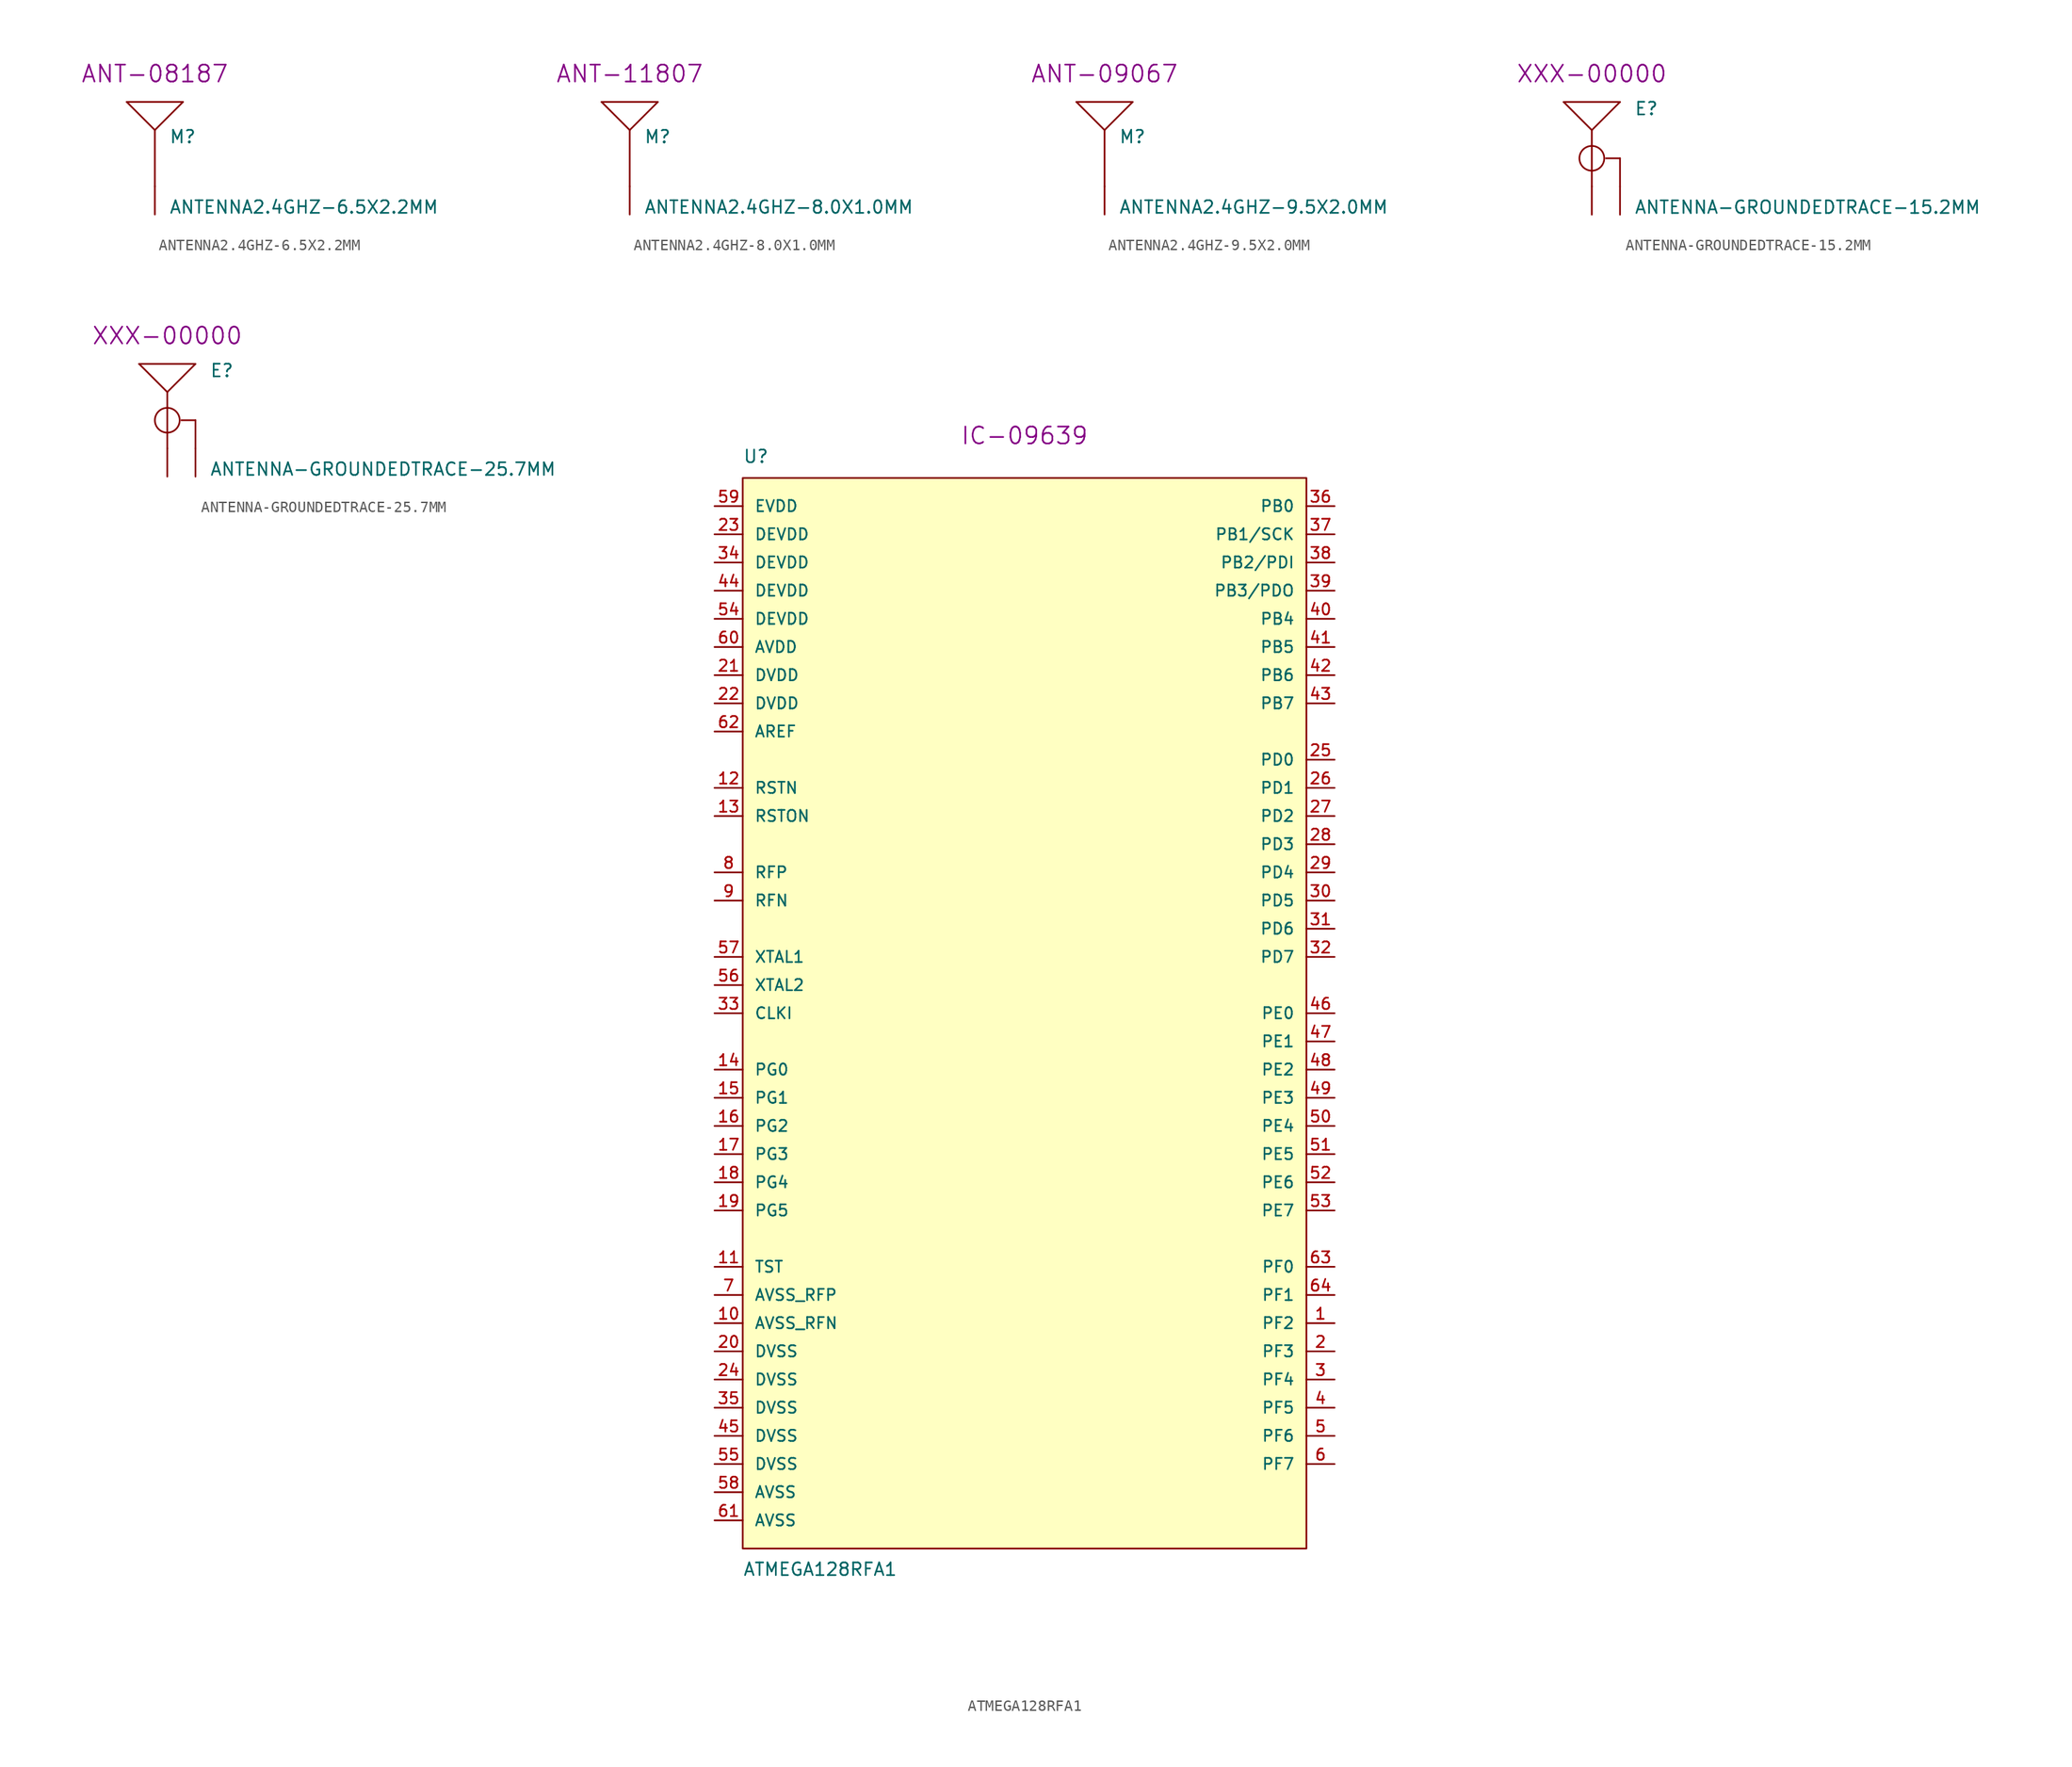
<source format=kicad_sym>
(kicad_symbol_lib
  (version 20220914)
  (generator kicad_symbol_editor)
  (symbol "ANTENNA2.4GHZ-6.5X2.2MM"
    (pin_numbers hide)
    (pin_names
      (offset 1.016) hide)
    (property "Reference" "M"
      (at 1.27 1.27 0)
      (effects (font (size 1.143 1.143)) (justify left bottom)))
    (property "Value" "ANTENNA2.4GHZ-6.5X2.2MM"
      (at 1.27 -5.08 0)
      (effects (font (size 1.143 1.143)) (justify left bottom)))
    (property "Field4" "ANT-08187"
      (at 0 7.62 0)
      (effects (font (size 1.524 1.524))))
    (property "ki_locked" ""
      (at 0 0 0)
      (effects (font (size 1.27 1.27))))
    (symbol "ANTENNA2.4GHZ-6.5X2.2MM_1_0"
      (polyline (pts (xy -2.54 5.08) (xy 2.54 5.08)) (stroke (width 0) (type solid)) (fill (type none)))
      (polyline (pts (xy 0 2.54) (xy -2.54 5.08)) (stroke (width 0) (type solid)) (fill (type none)))
      (polyline (pts (xy 0 2.54) (xy 0 -2.54)) (stroke (width 0) (type solid)) (fill (type none)))
      (polyline (pts (xy 0 2.54) (xy 2.54 5.08)) (stroke (width 0) (type solid)) (fill (type none))))
    (symbol "ANTENNA2.4GHZ-6.5X2.2MM_1_1"
      (pin bidirectional line (at 0 -5.08 90) (length 2.54) (name "SIGNAL" (effects (font (size 1.016 1.016)))) (number "FEED" (effects (font (size 1.016 1.016)))))))
  (symbol "ANTENNA2.4GHZ-8.0X1.0MM"
    (pin_numbers hide)
    (pin_names
      (offset 1.016) hide)
    (property "Reference" "M"
      (at 1.27 1.27 0)
      (effects (font (size 1.143 1.143)) (justify left bottom)))
    (property "Value" "ANTENNA2.4GHZ-8.0X1.0MM"
      (at 1.27 -5.08 0)
      (effects (font (size 1.143 1.143)) (justify left bottom)))
    (property "Field4" "ANT-11807"
      (at 0 7.62 0)
      (effects (font (size 1.524 1.524))))
    (property "ki_locked" ""
      (at 0 0 0)
      (effects (font (size 1.27 1.27))))
    (symbol "ANTENNA2.4GHZ-8.0X1.0MM_1_0"
      (polyline (pts (xy -2.54 5.08) (xy 2.54 5.08)) (stroke (width 0) (type solid)) (fill (type none)))
      (polyline (pts (xy 0 2.54) (xy -2.54 5.08)) (stroke (width 0) (type solid)) (fill (type none)))
      (polyline (pts (xy 0 2.54) (xy 0 -2.54)) (stroke (width 0) (type solid)) (fill (type none)))
      (polyline (pts (xy 0 2.54) (xy 2.54 5.08)) (stroke (width 0) (type solid)) (fill (type none))))
    (symbol "ANTENNA2.4GHZ-8.0X1.0MM_1_1"
      (pin bidirectional line (at 0 -5.08 90) (length 2.54) (name "SIGNAL" (effects (font (size 1.016 1.016)))) (number "FEED" (effects (font (size 1.016 1.016)))))))
  (symbol "ANTENNA2.4GHZ-9.5X2.0MM"
    (pin_numbers hide)
    (pin_names
      (offset 1.016) hide)
    (property "Reference" "M"
      (at 1.27 1.27 0)
      (effects (font (size 1.143 1.143)) (justify left bottom)))
    (property "Value" "ANTENNA2.4GHZ-9.5X2.0MM"
      (at 1.27 -5.08 0)
      (effects (font (size 1.143 1.143)) (justify left bottom)))
    (property "Field4" "ANT-09067"
      (at 0 7.62 0)
      (effects (font (size 1.524 1.524))))
    (property "ki_locked" ""
      (at 0 0 0)
      (effects (font (size 1.27 1.27))))
    (symbol "ANTENNA2.4GHZ-9.5X2.0MM_1_0"
      (polyline (pts (xy -2.54 5.08) (xy 2.54 5.08)) (stroke (width 0) (type solid)) (fill (type none)))
      (polyline (pts (xy 0 2.54) (xy -2.54 5.08)) (stroke (width 0) (type solid)) (fill (type none)))
      (polyline (pts (xy 0 2.54) (xy 0 -2.54)) (stroke (width 0) (type solid)) (fill (type none)))
      (polyline (pts (xy 0 2.54) (xy 2.54 5.08)) (stroke (width 0) (type solid)) (fill (type none))))
    (symbol "ANTENNA2.4GHZ-9.5X2.0MM_1_1"
      (pin bidirectional line (at 0 -5.08 90) (length 2.54) (name "SIGNAL" (effects (font (size 1.016 1.016)))) (number "FEED" (effects (font (size 1.016 1.016)))))))
  (symbol "ANTENNA-GROUNDEDTRACE-15.2MM"
    (pin_numbers hide)
    (pin_names
      (offset 1.016) hide)
    (property "Reference" "E"
      (at 3.81 -1.27 0)
      (effects (font (size 1.143 1.143)) (justify left bottom)))
    (property "Value" "ANTENNA-GROUNDEDTRACE-15.2MM"
      (at 3.81 -10.16 0)
      (effects (font (size 1.143 1.143)) (justify left bottom)))
    (property "Field4" "XXX-00000"
      (at 0 2.54 0)
      (effects (font (size 1.524 1.524))))
    (property "ki_locked" ""
      (at 0 0 0)
      (effects (font (size 1.27 1.27))))
    (symbol "ANTENNA-GROUNDEDTRACE-15.2MM_1_0"
      (polyline (pts (xy -2.54 0) (xy 2.54 0)) (stroke (width 0) (type solid)) (fill (type none)))
      (polyline (pts (xy 0 -2.54) (xy -2.54 0)) (stroke (width 0) (type solid)) (fill (type none)))
      (polyline (pts (xy 0 -2.54) (xy 0 -7.62)) (stroke (width 0) (type solid)) (fill (type none)))
      (polyline (pts (xy 0 -2.54) (xy 2.54 0)) (stroke (width 0) (type solid)) (fill (type none)))
      (polyline (pts (xy 1.27 -5.08) (xy 2.54 -5.08)) (stroke (width 0) (type solid)) (fill (type none)))
      (polyline (pts (xy 2.54 -5.08) (xy 2.54 -7.62)) (stroke (width 0) (type solid)) (fill (type none))))
    (symbol "ANTENNA-GROUNDEDTRACE-15.2MM_1_1"
      (circle (center 0 -5.08) (radius 1.118) (stroke (width 0) (type solid)) (fill (type none)))
      (pin bidirectional line (at 0 -10.16 90) (length 2.54) (name "SIGNAL" (effects (font (size 1.016 1.016)))) (number "ANT" (effects (font (size 1.016 1.016)))))
      (pin bidirectional line (at 2.54 -10.16 90) (length 2.54) (name "GND" (effects (font (size 1.016 1.016)))) (number "GND" (effects (font (size 1.016 1.016)))))))
  (symbol "ANTENNA-GROUNDEDTRACE-25.7MM"
    (pin_numbers hide)
    (pin_names
      (offset 1.016) hide)
    (property "Reference" "E"
      (at 3.81 -1.27 0)
      (effects (font (size 1.143 1.143)) (justify left bottom)))
    (property "Value" "ANTENNA-GROUNDEDTRACE-25.7MM"
      (at 3.81 -10.16 0)
      (effects (font (size 1.143 1.143)) (justify left bottom)))
    (property "Field4" "XXX-00000"
      (at 0 2.54 0)
      (effects (font (size 1.524 1.524))))
    (property "ki_locked" ""
      (at 0 0 0)
      (effects (font (size 1.27 1.27))))
    (symbol "ANTENNA-GROUNDEDTRACE-25.7MM_1_0"
      (polyline (pts (xy -2.54 0) (xy 2.54 0)) (stroke (width 0) (type solid)) (fill (type none)))
      (polyline (pts (xy 0 -2.54) (xy -2.54 0)) (stroke (width 0) (type solid)) (fill (type none)))
      (polyline (pts (xy 0 -2.54) (xy 0 -7.62)) (stroke (width 0) (type solid)) (fill (type none)))
      (polyline (pts (xy 0 -2.54) (xy 2.54 0)) (stroke (width 0) (type solid)) (fill (type none)))
      (polyline (pts (xy 1.27 -5.08) (xy 2.54 -5.08)) (stroke (width 0) (type solid)) (fill (type none)))
      (polyline (pts (xy 2.54 -5.08) (xy 2.54 -7.62)) (stroke (width 0) (type solid)) (fill (type none))))
    (symbol "ANTENNA-GROUNDEDTRACE-25.7MM_1_1"
      (circle (center 0 -5.08) (radius 1.118) (stroke (width 0) (type solid)) (fill (type none)))
      (pin bidirectional line (at 0 -10.16 90) (length 2.54) (name "SIGNAL" (effects (font (size 1.016 1.016)))) (number "ANT" (effects (font (size 1.016 1.016)))))
      (pin bidirectional line (at 2.54 -10.16 90) (length 2.54) (name "GND" (effects (font (size 1.016 1.016)))) (number "GND" (effects (font (size 1.016 1.016)))))
      (pin bidirectional line (at 2.54 -10.16 90) (length 2.54) hide (name "GND" (effects (font (size 1.016 1.016)))) (number "GND2" (effects (font (size 1.016 1.016)))))))
  (symbol "ATMEGA128RFA1"
    (pin_names
      (offset 1.016))
    (property "Reference" "U"
      (at -25.4 44.45 0)
      (effects (font (size 1.143 1.143)) (justify left bottom)))
    (property "Value" "ATMEGA128RFA1"
      (at -25.4 -55.88 0)
      (effects (font (size 1.143 1.143)) (justify left bottom)))
    (property "Field4" "IC-09639"
      (at 0 46.99 0)
      (effects (font (size 1.524 1.524))))
    (property "ki_locked" ""
      (at 0 0 0)
      (effects (font (size 1.27 1.27))))
    (symbol "ATMEGA128RFA1_1_1"
      (polyline (pts (xy -25.4 -53.34) (xy -25.4 43.18) (xy 25.4 43.18) (xy 25.4 -53.34) (xy -25.4 -53.34)) (stroke (width 0) (type solid)) (fill (type background)))
      (pin bidirectional line (at 27.94 -33.02 180) (length 2.54) (name "PF2" (effects (font (size 1.016 1.016)))) (number "1" (effects (font (size 1.016 1.016)))))
      (pin bidirectional line (at -27.94 -33.02 0) (length 2.54) (name "AVSS_RFN" (effects (font (size 1.016 1.016)))) (number "10" (effects (font (size 1.016 1.016)))))
      (pin bidirectional line (at -27.94 -27.94 0) (length 2.54) (name "TST" (effects (font (size 1.016 1.016)))) (number "11" (effects (font (size 1.016 1.016)))))
      (pin bidirectional line (at -27.94 15.24 0) (length 2.54) (name "RSTN" (effects (font (size 1.016 1.016)))) (number "12" (effects (font (size 1.016 1.016)))))
      (pin bidirectional line (at -27.94 12.7 0) (length 2.54) (name "RSTON" (effects (font (size 1.016 1.016)))) (number "13" (effects (font (size 1.016 1.016)))))
      (pin bidirectional line (at -27.94 -10.16 0) (length 2.54) (name "PG0" (effects (font (size 1.016 1.016)))) (number "14" (effects (font (size 1.016 1.016)))))
      (pin bidirectional line (at -27.94 -12.7 0) (length 2.54) (name "PG1" (effects (font (size 1.016 1.016)))) (number "15" (effects (font (size 1.016 1.016)))))
      (pin bidirectional line (at -27.94 -15.24 0) (length 2.54) (name "PG2" (effects (font (size 1.016 1.016)))) (number "16" (effects (font (size 1.016 1.016)))))
      (pin bidirectional line (at -27.94 -17.78 0) (length 2.54) (name "PG3" (effects (font (size 1.016 1.016)))) (number "17" (effects (font (size 1.016 1.016)))))
      (pin bidirectional line (at -27.94 -20.32 0) (length 2.54) (name "PG4" (effects (font (size 1.016 1.016)))) (number "18" (effects (font (size 1.016 1.016)))))
      (pin bidirectional line (at -27.94 -22.86 0) (length 2.54) (name "PG5" (effects (font (size 1.016 1.016)))) (number "19" (effects (font (size 1.016 1.016)))))
      (pin bidirectional line (at 27.94 -35.56 180) (length 2.54) (name "PF3" (effects (font (size 1.016 1.016)))) (number "2" (effects (font (size 1.016 1.016)))))
      (pin bidirectional line (at -27.94 -35.56 0) (length 2.54) (name "DVSS" (effects (font (size 1.016 1.016)))) (number "20" (effects (font (size 1.016 1.016)))))
      (pin bidirectional line (at -27.94 25.4 0) (length 2.54) (name "DVDD" (effects (font (size 1.016 1.016)))) (number "21" (effects (font (size 1.016 1.016)))))
      (pin bidirectional line (at -27.94 22.86 0) (length 2.54) (name "DVDD" (effects (font (size 1.016 1.016)))) (number "22" (effects (font (size 1.016 1.016)))))
      (pin bidirectional line (at -27.94 38.1 0) (length 2.54) (name "DEVDD" (effects (font (size 1.016 1.016)))) (number "23" (effects (font (size 1.016 1.016)))))
      (pin bidirectional line (at -27.94 -38.1 0) (length 2.54) (name "DVSS" (effects (font (size 1.016 1.016)))) (number "24" (effects (font (size 1.016 1.016)))))
      (pin bidirectional line (at 27.94 17.78 180) (length 2.54) (name "PD0" (effects (font (size 1.016 1.016)))) (number "25" (effects (font (size 1.016 1.016)))))
      (pin bidirectional line (at 27.94 15.24 180) (length 2.54) (name "PD1" (effects (font (size 1.016 1.016)))) (number "26" (effects (font (size 1.016 1.016)))))
      (pin bidirectional line (at 27.94 12.7 180) (length 2.54) (name "PD2" (effects (font (size 1.016 1.016)))) (number "27" (effects (font (size 1.016 1.016)))))
      (pin bidirectional line (at 27.94 10.16 180) (length 2.54) (name "PD3" (effects (font (size 1.016 1.016)))) (number "28" (effects (font (size 1.016 1.016)))))
      (pin bidirectional line (at 27.94 7.62 180) (length 2.54) (name "PD4" (effects (font (size 1.016 1.016)))) (number "29" (effects (font (size 1.016 1.016)))))
      (pin bidirectional line (at 27.94 -38.1 180) (length 2.54) (name "PF4" (effects (font (size 1.016 1.016)))) (number "3" (effects (font (size 1.016 1.016)))))
      (pin bidirectional line (at 27.94 5.08 180) (length 2.54) (name "PD5" (effects (font (size 1.016 1.016)))) (number "30" (effects (font (size 1.016 1.016)))))
      (pin bidirectional line (at 27.94 2.54 180) (length 2.54) (name "PD6" (effects (font (size 1.016 1.016)))) (number "31" (effects (font (size 1.016 1.016)))))
      (pin bidirectional line (at 27.94 0 180) (length 2.54) (name "PD7" (effects (font (size 1.016 1.016)))) (number "32" (effects (font (size 1.016 1.016)))))
      (pin bidirectional line (at -27.94 -5.08 0) (length 2.54) (name "CLKI" (effects (font (size 1.016 1.016)))) (number "33" (effects (font (size 1.016 1.016)))))
      (pin bidirectional line (at -27.94 35.56 0) (length 2.54) (name "DEVDD" (effects (font (size 1.016 1.016)))) (number "34" (effects (font (size 1.016 1.016)))))
      (pin bidirectional line (at -27.94 -40.64 0) (length 2.54) (name "DVSS" (effects (font (size 1.016 1.016)))) (number "35" (effects (font (size 1.016 1.016)))))
      (pin bidirectional line (at 27.94 40.64 180) (length 2.54) (name "PB0" (effects (font (size 1.016 1.016)))) (number "36" (effects (font (size 1.016 1.016)))))
      (pin bidirectional line (at 27.94 38.1 180) (length 2.54) (name "PB1/SCK" (effects (font (size 1.016 1.016)))) (number "37" (effects (font (size 1.016 1.016)))))
      (pin bidirectional line (at 27.94 35.56 180) (length 2.54) (name "PB2/PDI" (effects (font (size 1.016 1.016)))) (number "38" (effects (font (size 1.016 1.016)))))
      (pin bidirectional line (at 27.94 33.02 180) (length 2.54) (name "PB3/PDO" (effects (font (size 1.016 1.016)))) (number "39" (effects (font (size 1.016 1.016)))))
      (pin bidirectional line (at 27.94 -40.64 180) (length 2.54) (name "PF5" (effects (font (size 1.016 1.016)))) (number "4" (effects (font (size 1.016 1.016)))))
      (pin bidirectional line (at 27.94 30.48 180) (length 2.54) (name "PB4" (effects (font (size 1.016 1.016)))) (number "40" (effects (font (size 1.016 1.016)))))
      (pin bidirectional line (at 27.94 27.94 180) (length 2.54) (name "PB5" (effects (font (size 1.016 1.016)))) (number "41" (effects (font (size 1.016 1.016)))))
      (pin bidirectional line (at 27.94 25.4 180) (length 2.54) (name "PB6" (effects (font (size 1.016 1.016)))) (number "42" (effects (font (size 1.016 1.016)))))
      (pin bidirectional line (at 27.94 22.86 180) (length 2.54) (name "PB7" (effects (font (size 1.016 1.016)))) (number "43" (effects (font (size 1.016 1.016)))))
      (pin bidirectional line (at -27.94 33.02 0) (length 2.54) (name "DEVDD" (effects (font (size 1.016 1.016)))) (number "44" (effects (font (size 1.016 1.016)))))
      (pin bidirectional line (at -27.94 -43.18 0) (length 2.54) (name "DVSS" (effects (font (size 1.016 1.016)))) (number "45" (effects (font (size 1.016 1.016)))))
      (pin bidirectional line (at 27.94 -5.08 180) (length 2.54) (name "PE0" (effects (font (size 1.016 1.016)))) (number "46" (effects (font (size 1.016 1.016)))))
      (pin bidirectional line (at 27.94 -7.62 180) (length 2.54) (name "PE1" (effects (font (size 1.016 1.016)))) (number "47" (effects (font (size 1.016 1.016)))))
      (pin bidirectional line (at 27.94 -10.16 180) (length 2.54) (name "PE2" (effects (font (size 1.016 1.016)))) (number "48" (effects (font (size 1.016 1.016)))))
      (pin bidirectional line (at 27.94 -12.7 180) (length 2.54) (name "PE3" (effects (font (size 1.016 1.016)))) (number "49" (effects (font (size 1.016 1.016)))))
      (pin bidirectional line (at 27.94 -43.18 180) (length 2.54) (name "PF6" (effects (font (size 1.016 1.016)))) (number "5" (effects (font (size 1.016 1.016)))))
      (pin bidirectional line (at 27.94 -15.24 180) (length 2.54) (name "PE4" (effects (font (size 1.016 1.016)))) (number "50" (effects (font (size 1.016 1.016)))))
      (pin bidirectional line (at 27.94 -17.78 180) (length 2.54) (name "PE5" (effects (font (size 1.016 1.016)))) (number "51" (effects (font (size 1.016 1.016)))))
      (pin bidirectional line (at 27.94 -20.32 180) (length 2.54) (name "PE6" (effects (font (size 1.016 1.016)))) (number "52" (effects (font (size 1.016 1.016)))))
      (pin bidirectional line (at 27.94 -22.86 180) (length 2.54) (name "PE7" (effects (font (size 1.016 1.016)))) (number "53" (effects (font (size 1.016 1.016)))))
      (pin bidirectional line (at -27.94 30.48 0) (length 2.54) (name "DEVDD" (effects (font (size 1.016 1.016)))) (number "54" (effects (font (size 1.016 1.016)))))
      (pin bidirectional line (at -27.94 -45.72 0) (length 2.54) (name "DVSS" (effects (font (size 1.016 1.016)))) (number "55" (effects (font (size 1.016 1.016)))))
      (pin bidirectional line (at -27.94 -2.54 0) (length 2.54) (name "XTAL2" (effects (font (size 1.016 1.016)))) (number "56" (effects (font (size 1.016 1.016)))))
      (pin bidirectional line (at -27.94 0 0) (length 2.54) (name "XTAL1" (effects (font (size 1.016 1.016)))) (number "57" (effects (font (size 1.016 1.016)))))
      (pin bidirectional line (at -27.94 -48.26 0) (length 2.54) (name "AVSS" (effects (font (size 1.016 1.016)))) (number "58" (effects (font (size 1.016 1.016)))))
      (pin bidirectional line (at -27.94 40.64 0) (length 2.54) (name "EVDD" (effects (font (size 1.016 1.016)))) (number "59" (effects (font (size 1.016 1.016)))))
      (pin bidirectional line (at 27.94 -45.72 180) (length 2.54) (name "PF7" (effects (font (size 1.016 1.016)))) (number "6" (effects (font (size 1.016 1.016)))))
      (pin bidirectional line (at -27.94 27.94 0) (length 2.54) (name "AVDD" (effects (font (size 1.016 1.016)))) (number "60" (effects (font (size 1.016 1.016)))))
      (pin bidirectional line (at -27.94 -50.8 0) (length 2.54) (name "AVSS" (effects (font (size 1.016 1.016)))) (number "61" (effects (font (size 1.016 1.016)))))
      (pin bidirectional line (at -27.94 20.32 0) (length 2.54) (name "AREF" (effects (font (size 1.016 1.016)))) (number "62" (effects (font (size 1.016 1.016)))))
      (pin bidirectional line (at 27.94 -27.94 180) (length 2.54) (name "PF0" (effects (font (size 1.016 1.016)))) (number "63" (effects (font (size 1.016 1.016)))))
      (pin bidirectional line (at 27.94 -30.48 180) (length 2.54) (name "PF1" (effects (font (size 1.016 1.016)))) (number "64" (effects (font (size 1.016 1.016)))))
      (pin bidirectional line (at -27.94 -30.48 0) (length 2.54) (name "AVSS_RFP" (effects (font (size 1.016 1.016)))) (number "7" (effects (font (size 1.016 1.016)))))
      (pin bidirectional line (at -27.94 7.62 0) (length 2.54) (name "RFP" (effects (font (size 1.016 1.016)))) (number "8" (effects (font (size 1.016 1.016)))))
      (pin bidirectional line (at -27.94 5.08 0) (length 2.54) (name "RFN" (effects (font (size 1.016 1.016)))) (number "9" (effects (font (size 1.016 1.016))))))))
</source>
